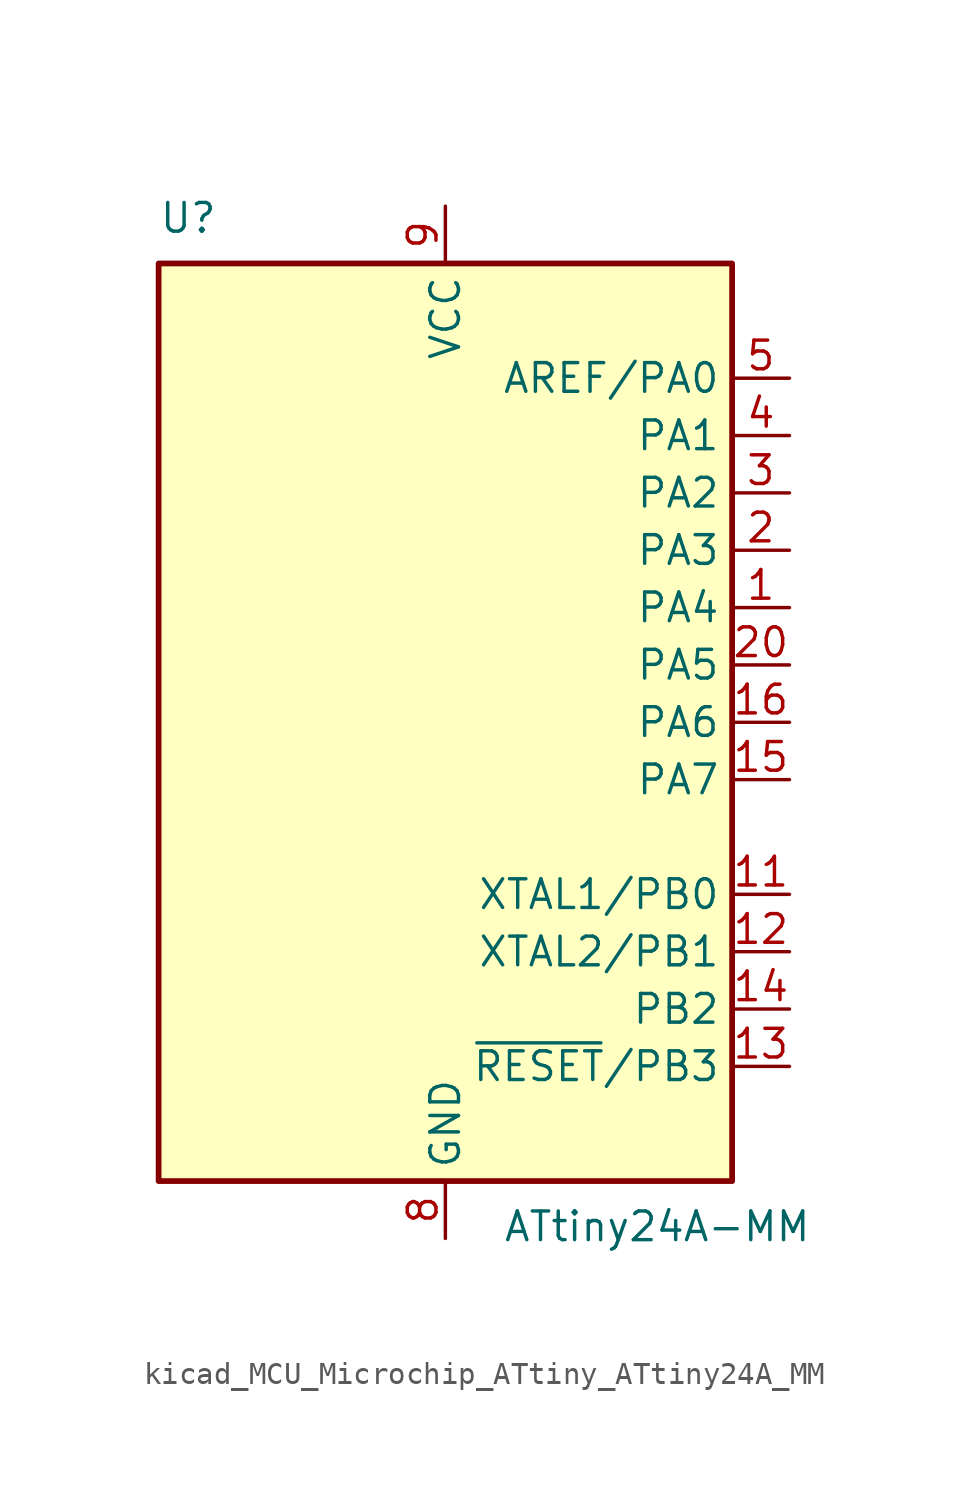
<source format=kicad_sym>
(kicad_symbol_lib
  (version 20220914)
  (generator kicad_symbol_editor)
  (symbol "kicad_MCU_Microchip_ATtiny_ATtiny24A_MM"
    (property "Reference" "U"
      (at -12.7 21.59 0)
      (effects (font (size 1.27 1.27)) (justify left bottom)))
    (property "Value" "ATtiny24A-MM"
      (at 2.54 -21.59 0)
      (effects (font (size 1.27 1.27)) (justify left top)))
    (symbol "kicad_MCU_Microchip_ATtiny_ATtiny24A_MM_0_1"
      (rectangle (start -12.7 -20.32) (end 12.7 20.32) (stroke (width 0.254) (type default)) (fill (type background))))
    (symbol "kicad_MCU_Microchip_ATtiny_ATtiny24A_MM_1_1"
      (pin bidirectional line (at 15.24 5.08 180) (length 2.54) (name "PA4" (effects (font (size 1.27 1.27)))) (number "1" (effects (font (size 1.27 1.27)))))
      (pin no_connect line (at -12.7 -10.16 0) (length 2.54) hide (name "NC" (effects (font (size 1.27 1.27)))) (number "10" (effects (font (size 1.27 1.27)))))
      (pin bidirectional line (at 15.24 -7.62 180) (length 2.54) (name "XTAL1/PB0" (effects (font (size 1.27 1.27)))) (number "11" (effects (font (size 1.27 1.27)))))
      (pin bidirectional line (at 15.24 -10.16 180) (length 2.54) (name "XTAL2/PB1" (effects (font (size 1.27 1.27)))) (number "12" (effects (font (size 1.27 1.27)))))
      (pin bidirectional line (at 15.24 -15.24 180) (length 2.54) (name "~{RESET}/PB3" (effects (font (size 1.27 1.27)))) (number "13" (effects (font (size 1.27 1.27)))))
      (pin bidirectional line (at 15.24 -12.7 180) (length 2.54) (name "PB2" (effects (font (size 1.27 1.27)))) (number "14" (effects (font (size 1.27 1.27)))))
      (pin bidirectional line (at 15.24 -2.54 180) (length 2.54) (name "PA7" (effects (font (size 1.27 1.27)))) (number "15" (effects (font (size 1.27 1.27)))))
      (pin bidirectional line (at 15.24 0 180) (length 2.54) (name "PA6" (effects (font (size 1.27 1.27)))) (number "16" (effects (font (size 1.27 1.27)))))
      (pin no_connect line (at -12.7 -12.7 0) (length 2.54) hide (name "NC" (effects (font (size 1.27 1.27)))) (number "17" (effects (font (size 1.27 1.27)))))
      (pin no_connect line (at -12.7 -15.24 0) (length 2.54) hide (name "NC" (effects (font (size 1.27 1.27)))) (number "18" (effects (font (size 1.27 1.27)))))
      (pin no_connect line (at -12.7 -17.78 0) (length 2.54) hide (name "NC" (effects (font (size 1.27 1.27)))) (number "19" (effects (font (size 1.27 1.27)))))
      (pin bidirectional line (at 15.24 7.62 180) (length 2.54) (name "PA3" (effects (font (size 1.27 1.27)))) (number "2" (effects (font (size 1.27 1.27)))))
      (pin bidirectional line (at 15.24 2.54 180) (length 2.54) (name "PA5" (effects (font (size 1.27 1.27)))) (number "20" (effects (font (size 1.27 1.27)))))
      (pin passive line (at 0 -22.86 90) (length 2.54) hide (name "GND" (effects (font (size 1.27 1.27)))) (number "21" (effects (font (size 1.27 1.27)))))
      (pin bidirectional line (at 15.24 10.16 180) (length 2.54) (name "PA2" (effects (font (size 1.27 1.27)))) (number "3" (effects (font (size 1.27 1.27)))))
      (pin bidirectional line (at 15.24 12.7 180) (length 2.54) (name "PA1" (effects (font (size 1.27 1.27)))) (number "4" (effects (font (size 1.27 1.27)))))
      (pin bidirectional line (at 15.24 15.24 180) (length 2.54) (name "AREF/PA0" (effects (font (size 1.27 1.27)))) (number "5" (effects (font (size 1.27 1.27)))))
      (pin no_connect line (at -12.7 -5.08 0) (length 2.54) hide (name "NC" (effects (font (size 1.27 1.27)))) (number "6" (effects (font (size 1.27 1.27)))))
      (pin no_connect line (at -12.7 -7.62 0) (length 2.54) hide (name "NC" (effects (font (size 1.27 1.27)))) (number "7" (effects (font (size 1.27 1.27)))))
      (pin power_in line (at 0 -22.86 90) (length 2.54) (name "GND" (effects (font (size 1.27 1.27)))) (number "8" (effects (font (size 1.27 1.27)))))
      (pin power_in line (at 0 22.86 270) (length 2.54) (name "VCC" (effects (font (size 1.27 1.27)))) (number "9" (effects (font (size 1.27 1.27))))))))
</source>
